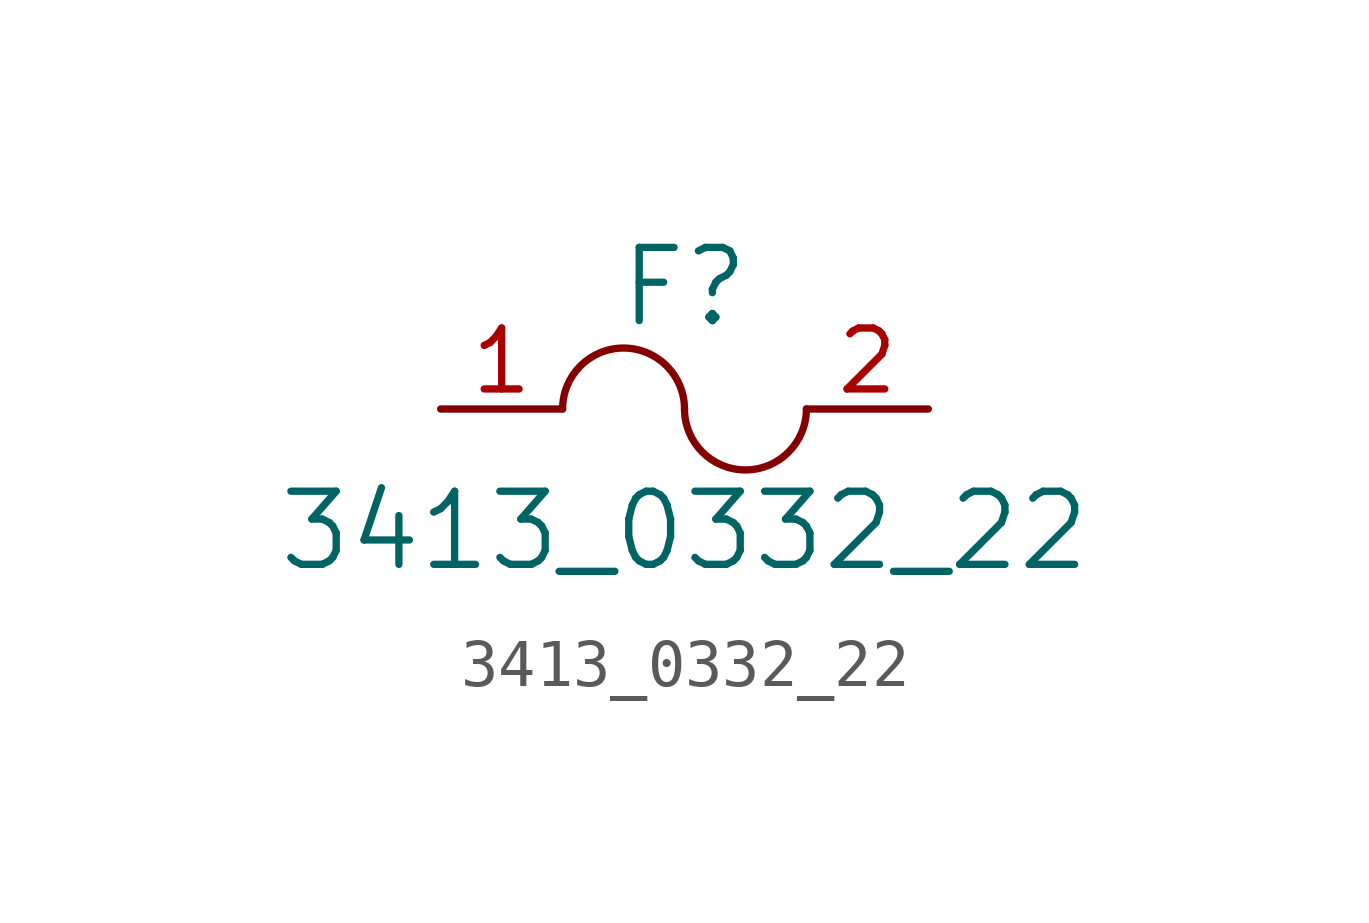
<source format=kicad_sym>
(kicad_symbol_lib
  (version 20211014)
  (generator kicad_symbol_editor)
  (symbol "3413_0332_22"
    (pin_names
      (offset 1.016))
    (property "Reference" "F"
      (at 0 2.54 0)
      (effects (font (size 1.524 1.524))))
    (property "Value" "3413_0332_22"
      (at 0 -2.54 0)
      (effects (font (size 1.524 1.524))))
    (symbol "3413_0332_22_0_1"
      (arc (start 0 0) (mid -1.27 1.27) (end -2.54 0) (stroke (width 0) (type default) (color 0 0 0 0)) (fill (type none)))
      (arc (start 0 0) (mid 1.27 -1.27) (end 2.54 0) (stroke (width 0) (type default) (color 0 0 0 0)) (fill (type none))))
    (symbol "3413_0332_22_1_1"
      (pin output line (at -5.08 0 0) (length 2.54) (name "~" (effects (font (size 1.27 1.27)))) (number "1" (effects (font (size 1.27 1.27)))))
      (pin output line (at 5.08 0 180) (length 2.54) (name "~" (effects (font (size 1.27 1.27)))) (number "2" (effects (font (size 1.27 1.27))))))))
</source>
